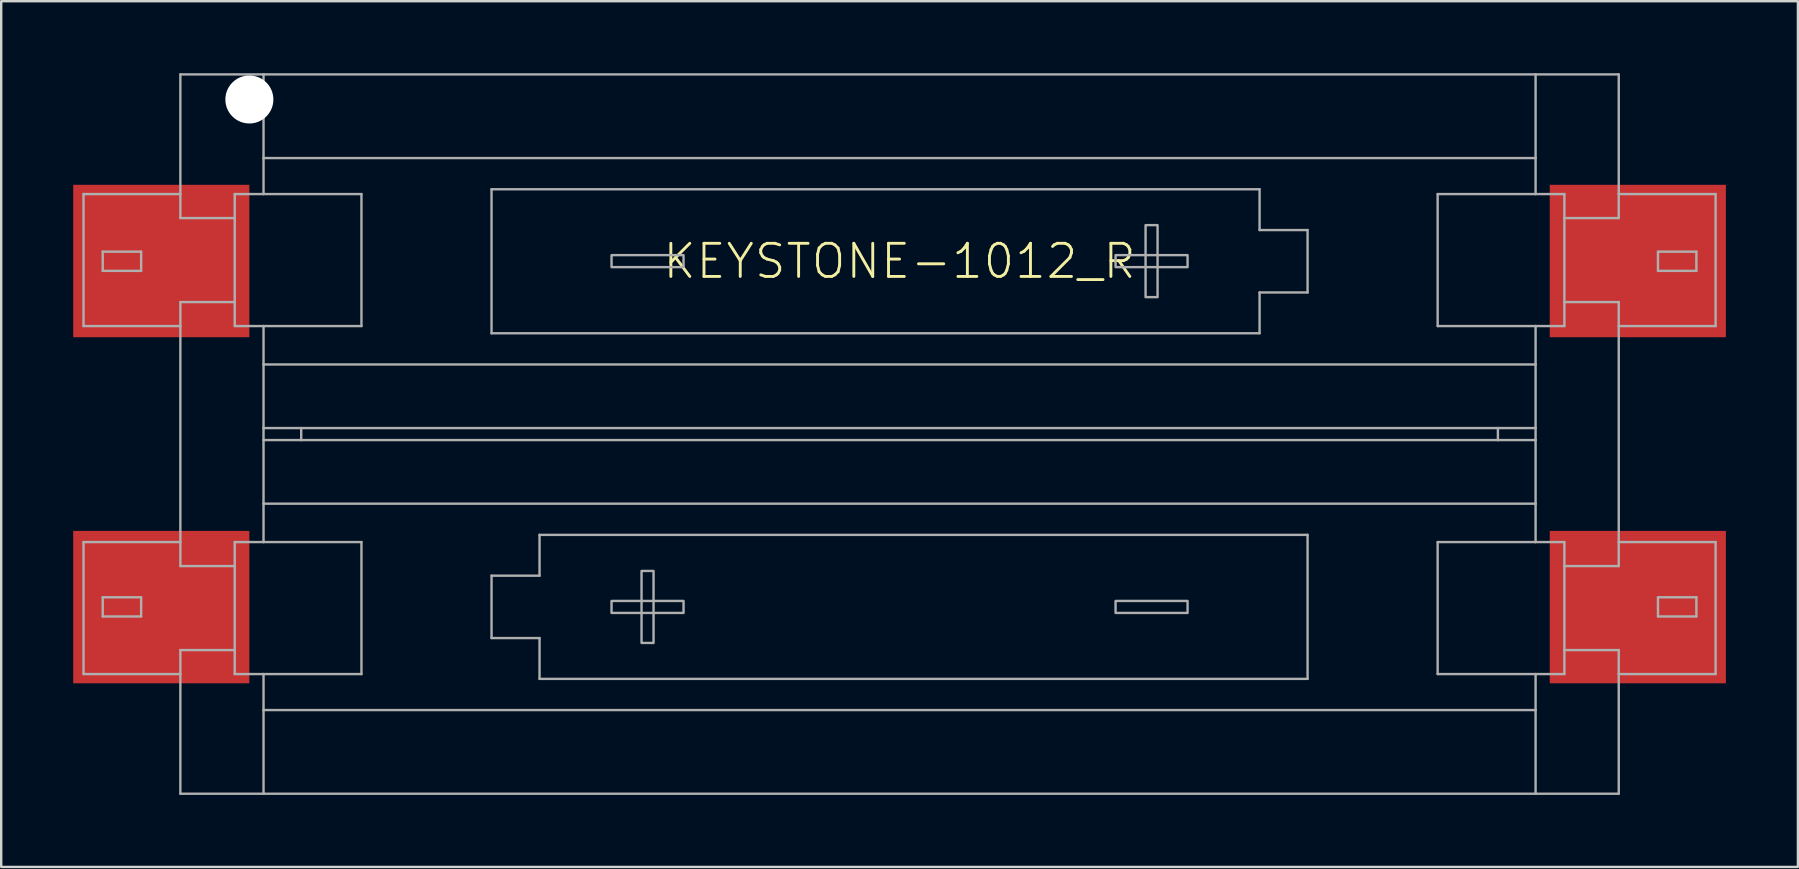
<source format=kicad_pcb>
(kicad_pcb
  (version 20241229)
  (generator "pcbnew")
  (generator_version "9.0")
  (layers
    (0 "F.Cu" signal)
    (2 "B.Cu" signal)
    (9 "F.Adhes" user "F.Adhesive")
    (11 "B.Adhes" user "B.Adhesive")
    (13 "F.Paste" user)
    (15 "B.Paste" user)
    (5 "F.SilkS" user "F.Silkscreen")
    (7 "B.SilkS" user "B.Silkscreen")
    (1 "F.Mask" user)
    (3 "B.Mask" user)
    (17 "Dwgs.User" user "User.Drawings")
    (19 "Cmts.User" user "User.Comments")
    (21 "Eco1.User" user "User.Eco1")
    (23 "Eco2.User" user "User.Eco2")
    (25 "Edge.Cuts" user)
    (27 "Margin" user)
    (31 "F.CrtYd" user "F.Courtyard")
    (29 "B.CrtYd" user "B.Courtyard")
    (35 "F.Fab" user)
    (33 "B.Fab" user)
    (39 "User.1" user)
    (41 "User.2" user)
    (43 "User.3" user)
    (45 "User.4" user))
  (footprint "KEYSTONE-1012_R"
    (layer "F.Cu")
    (at 34.43 15.035)
    (property "Reference" "KEYSTONE-1012_R" (at 0 -7.2 0) (unlocked yes) (layer "F.SilkS") (effects (font (size 1.38 1.38) (thickness 0.12))))
    (fp_line (start -34 -10) (end -34 -4.5) (stroke (width 0.1) (type solid)) (layer "F.Fab"))
    (fp_line (start -34 -4.5) (end -29.965 -4.5) (stroke (width 0.1) (type solid)) (layer "F.Fab"))
    (fp_line (start -34 4.5) (end -34 10) (stroke (width 0.1) (type solid)) (layer "F.Fab"))
    (fp_line (start -34 4.5) (end -29.965 4.5) (stroke (width 0.1) (type solid)) (layer "F.Fab"))
    (fp_line (start -34 10) (end -29.965 10) (stroke (width 0.1) (type solid)) (layer "F.Fab"))
    (fp_line (start -33.2 -7.6) (end -31.6 -7.6) (stroke (width 0.1) (type solid)) (layer "F.Fab"))
    (fp_line (start -33.2 -6.8) (end -33.2 -7.6) (stroke (width 0.1) (type solid)) (layer "F.Fab"))
    (fp_line (start -33.2 6.8) (end -31.6 6.8) (stroke (width 0.1) (type solid)) (layer "F.Fab"))
    (fp_line (start -33.2 7.6) (end -33.2 6.8) (stroke (width 0.1) (type solid)) (layer "F.Fab"))
    (fp_line (start -31.6 -7.6) (end -31.6 -6.8) (stroke (width 0.1) (type solid)) (layer "F.Fab"))
    (fp_line (start -31.6 -6.8) (end -33.2 -6.8) (stroke (width 0.1) (type solid)) (layer "F.Fab"))
    (fp_line (start -31.6 6.8) (end -31.6 7.6) (stroke (width 0.1) (type solid)) (layer "F.Fab"))
    (fp_line (start -31.6 7.6) (end -33.2 7.6) (stroke (width 0.1) (type solid)) (layer "F.Fab"))
    (fp_line (start -29.965 -14.985) (end -26.5 -14.985) (stroke (width 0.1) (type solid)) (layer "F.Fab"))
    (fp_line (start -29.965 -10) (end -34 -10) (stroke (width 0.1) (type solid)) (layer "F.Fab"))
    (fp_line (start -29.965 -10) (end -29.965 -14.985) (stroke (width 0.1) (type solid)) (layer "F.Fab"))
    (fp_line (start -29.965 -10) (end -29.965 -9) (stroke (width 0.1) (type solid)) (layer "F.Fab"))
    (fp_line (start -29.965 -9) (end -27.7 -9) (stroke (width 0.1) (type solid)) (layer "F.Fab"))
    (fp_line (start -29.965 -5.5) (end -29.965 -4.5) (stroke (width 0.1) (type solid)) (layer "F.Fab"))
    (fp_line (start -29.965 -5.5) (end -27.7 -5.5) (stroke (width 0.1) (type solid)) (layer "F.Fab"))
    (fp_line (start -29.965 4.5) (end -29.965 -4.5) (stroke (width 0.1) (type solid)) (layer "F.Fab"))
    (fp_line (start -29.965 4.5) (end -29.965 5.5) (stroke (width 0.1) (type solid)) (layer "F.Fab"))
    (fp_line (start -29.965 5.5) (end -27.7 5.5) (stroke (width 0.1) (type solid)) (layer "F.Fab"))
    (fp_line (start -29.965 9) (end -27.7 9) (stroke (width 0.1) (type solid)) (layer "F.Fab"))
    (fp_line (start -29.965 10) (end -29.965 9) (stroke (width 0.1) (type solid)) (layer "F.Fab"))
    (fp_line (start -29.965 10) (end -29.965 14.985) (stroke (width 0.1) (type solid)) (layer "F.Fab"))
    (fp_line (start -27.7 -9) (end -27.7 -10) (stroke (width 0.1) (type solid)) (layer "F.Fab"))
    (fp_line (start -27.7 -9) (end -27.7 -5.5) (stroke (width 0.1) (type solid)) (layer "F.Fab"))
    (fp_line (start -27.7 -5.5) (end -27.7 -4.5) (stroke (width 0.1) (type solid)) (layer "F.Fab"))
    (fp_line (start -27.7 -4.5) (end -26.5 -4.5) (stroke (width 0.1) (type solid)) (layer "F.Fab"))
    (fp_line (start -27.7 5.5) (end -27.7 4.5) (stroke (width 0.1) (type solid)) (layer "F.Fab"))
    (fp_line (start -27.7 5.5) (end -27.7 9) (stroke (width 0.1) (type solid)) (layer "F.Fab"))
    (fp_line (start -27.7 9) (end -27.7 10) (stroke (width 0.1) (type solid)) (layer "F.Fab"))
    (fp_line (start -27.7 10) (end -26.5 10) (stroke (width 0.1) (type solid)) (layer "F.Fab"))
    (fp_line (start -26.5 -14.985) (end 26.5 -14.985) (stroke (width 0.1) (type solid)) (layer "F.Fab"))
    (fp_line (start -26.5 -11.5) (end -26.5 -14.985) (stroke (width 0.1) (type solid)) (layer "F.Fab"))
    (fp_line (start -26.5 -11.5) (end -26.5 -10) (stroke (width 0.1) (type solid)) (layer "F.Fab"))
    (fp_line (start -26.5 -11.5) (end 26.5 -11.5) (stroke (width 0.1) (type solid)) (layer "F.Fab"))
    (fp_line (start -26.5 -10) (end -27.7 -10) (stroke (width 0.1) (type solid)) (layer "F.Fab"))
    (fp_line (start -26.5 -4.5) (end -22.42 -4.5) (stroke (width 0.1) (type solid)) (layer "F.Fab"))
    (fp_line (start -26.5 -2.9) (end -26.5 -4.5) (stroke (width 0.1) (type solid)) (layer "F.Fab"))
    (fp_line (start -26.5 -2.9) (end 26.5 -2.9) (stroke (width 0.1) (type solid)) (layer "F.Fab"))
    (fp_line (start -26.5 -0.25) (end -26.5 -2.9) (stroke (width 0.1) (type solid)) (layer "F.Fab"))
    (fp_line (start -26.5 -0.25) (end -24.93 -0.25) (stroke (width 0.1) (type solid)) (layer "F.Fab"))
    (fp_line (start -26.5 0.25) (end -26.5 -0.25) (stroke (width 0.1) (type solid)) (layer "F.Fab"))
    (fp_line (start -26.5 2.9) (end -26.5 0.25) (stroke (width 0.1) (type solid)) (layer "F.Fab"))
    (fp_line (start -26.5 2.9) (end -26.5 4.5) (stroke (width 0.1) (type solid)) (layer "F.Fab"))
    (fp_line (start -26.5 4.5) (end -27.7 4.5) (stroke (width 0.1) (type solid)) (layer "F.Fab"))
    (fp_line (start -26.5 10) (end -22.42 10) (stroke (width 0.1) (type solid)) (layer "F.Fab"))
    (fp_line (start -26.5 11.5) (end -26.5 10) (stroke (width 0.1) (type solid)) (layer "F.Fab"))
    (fp_line (start -26.5 11.5) (end -26.5 14.985) (stroke (width 0.1) (type solid)) (layer "F.Fab"))
    (fp_line (start -26.5 14.985) (end -29.965 14.985) (stroke (width 0.1) (type solid)) (layer "F.Fab"))
    (fp_line (start -24.93 -0.25) (end -24.93 0.25) (stroke (width 0.1) (type solid)) (layer "F.Fab"))
    (fp_line (start -24.93 -0.25) (end 24.93 -0.25) (stroke (width 0.1) (type solid)) (layer "F.Fab"))
    (fp_line (start -24.93 0.25) (end -26.5 0.25) (stroke (width 0.1) (type solid)) (layer "F.Fab"))
    (fp_line (start -22.42 -10) (end -26.5 -10) (stroke (width 0.1) (type solid)) (layer "F.Fab"))
    (fp_line (start -22.42 -4.5) (end -22.42 -10) (stroke (width 0.1) (type solid)) (layer "F.Fab"))
    (fp_line (start -22.42 4.5) (end -26.5 4.5) (stroke (width 0.1) (type solid)) (layer "F.Fab"))
    (fp_line (start -22.42 10) (end -22.42 4.5) (stroke (width 0.1) (type solid)) (layer "F.Fab"))
    (fp_line (start -17 -10.2) (end -17 -4.2) (stroke (width 0.1) (type solid)) (layer "F.Fab"))
    (fp_line (start -17 -10.2) (end 15 -10.2) (stroke (width 0.1) (type solid)) (layer "F.Fab"))
    (fp_line (start -17 -4.2) (end 15 -4.2) (stroke (width 0.1) (type solid)) (layer "F.Fab"))
    (fp_line (start -17 5.9) (end -17 8.5) (stroke (width 0.1) (type solid)) (layer "F.Fab"))
    (fp_line (start -17 8.5) (end -15 8.5) (stroke (width 0.1) (type solid)) (layer "F.Fab"))
    (fp_line (start -15 4.2) (end -15 5.9) (stroke (width 0.1) (type solid)) (layer "F.Fab"))
    (fp_line (start -15 5.9) (end -17 5.9) (stroke (width 0.1) (type solid)) (layer "F.Fab"))
    (fp_line (start -15 10.2) (end -15 8.5) (stroke (width 0.1) (type solid)) (layer "F.Fab"))
    (fp_line (start 15 -10.2) (end 15 -8.5) (stroke (width 0.1) (type solid)) (layer "F.Fab"))
    (fp_line (start 15 -5.9) (end 17 -5.9) (stroke (width 0.1) (type solid)) (layer "F.Fab"))
    (fp_line (start 15 -4.2) (end 15 -5.9) (stroke (width 0.1) (type solid)) (layer "F.Fab"))
    (fp_line (start 17 -8.5) (end 15 -8.5) (stroke (width 0.1) (type solid)) (layer "F.Fab"))
    (fp_line (start 17 -5.9) (end 17 -8.5) (stroke (width 0.1) (type solid)) (layer "F.Fab"))
    (fp_line (start 17 4.2) (end -15 4.2) (stroke (width 0.1) (type solid)) (layer "F.Fab"))
    (fp_line (start 17 10.2) (end -15 10.2) (stroke (width 0.1) (type solid)) (layer "F.Fab"))
    (fp_line (start 17 10.2) (end 17 4.2) (stroke (width 0.1) (type solid)) (layer "F.Fab"))
    (fp_line (start 22.42 -10) (end 22.42 -4.5) (stroke (width 0.1) (type solid)) (layer "F.Fab"))
    (fp_line (start 22.42 -4.5) (end 26.5 -4.5) (stroke (width 0.1) (type solid)) (layer "F.Fab"))
    (fp_line (start 22.42 4.5) (end 22.42 10) (stroke (width 0.1) (type solid)) (layer "F.Fab"))
    (fp_line (start 22.42 10) (end 26.5 10) (stroke (width 0.1) (type solid)) (layer "F.Fab"))
    (fp_line (start 24.93 -0.25) (end 24.93 0.25) (stroke (width 0.1) (type solid)) (layer "F.Fab"))
    (fp_line (start 24.93 -0.25) (end 26.5 -0.25) (stroke (width 0.1) (type solid)) (layer "F.Fab"))
    (fp_line (start 24.93 0.25) (end -24.93 0.25) (stroke (width 0.1) (type solid)) (layer "F.Fab"))
    (fp_line (start 26.5 -14.985) (end 26.5 -11.5) (stroke (width 0.1) (type solid)) (layer "F.Fab"))
    (fp_line (start 26.5 -14.985) (end 29.965 -14.985) (stroke (width 0.1) (type solid)) (layer "F.Fab"))
    (fp_line (start 26.5 -11.5) (end 26.5 -10) (stroke (width 0.1) (type solid)) (layer "F.Fab"))
    (fp_line (start 26.5 -10) (end 22.42 -10) (stroke (width 0.1) (type solid)) (layer "F.Fab"))
    (fp_line (start 26.5 -4.5) (end 27.7 -4.5) (stroke (width 0.1) (type solid)) (layer "F.Fab"))
    (fp_line (start 26.5 -2.9) (end 26.5 -4.5) (stroke (width 0.1) (type solid)) (layer "F.Fab"))
    (fp_line (start 26.5 -2.9) (end 26.5 -0.25) (stroke (width 0.1) (type solid)) (layer "F.Fab"))
    (fp_line (start 26.5 -0.25) (end 26.5 0.25) (stroke (width 0.1) (type solid)) (layer "F.Fab"))
    (fp_line (start 26.5 0.25) (end 24.93 0.25) (stroke (width 0.1) (type solid)) (layer "F.Fab"))
    (fp_line (start 26.5 0.25) (end 26.5 2.9) (stroke (width 0.1) (type solid)) (layer "F.Fab"))
    (fp_line (start 26.5 2.9) (end -26.5 2.9) (stroke (width 0.1) (type solid)) (layer "F.Fab"))
    (fp_line (start 26.5 2.9) (end 26.5 4.5) (stroke (width 0.1) (type solid)) (layer "F.Fab"))
    (fp_line (start 26.5 4.5) (end 22.42 4.5) (stroke (width 0.1) (type solid)) (layer "F.Fab"))
    (fp_line (start 26.5 10) (end 27.7 10) (stroke (width 0.1) (type solid)) (layer "F.Fab"))
    (fp_line (start 26.5 11.5) (end -26.5 11.5) (stroke (width 0.1) (type solid)) (layer "F.Fab"))
    (fp_line (start 26.5 11.5) (end 26.5 10) (stroke (width 0.1) (type solid)) (layer "F.Fab"))
    (fp_line (start 26.5 11.5) (end 26.5 14.985) (stroke (width 0.1) (type solid)) (layer "F.Fab"))
    (fp_line (start 26.5 14.985) (end -26.5 14.985) (stroke (width 0.1) (type solid)) (layer "F.Fab"))
    (fp_line (start 26.5 14.985) (end 29.965 14.985) (stroke (width 0.1) (type solid)) (layer "F.Fab"))
    (fp_line (start 27.7 -10) (end 26.5 -10) (stroke (width 0.1) (type solid)) (layer "F.Fab"))
    (fp_line (start 27.7 -9) (end 27.7 -10) (stroke (width 0.1) (type solid)) (layer "F.Fab"))
    (fp_line (start 27.7 -9) (end 27.7 -5.5) (stroke (width 0.1) (type solid)) (layer "F.Fab"))
    (fp_line (start 27.7 -5.5) (end 27.7 -4.5) (stroke (width 0.1) (type solid)) (layer "F.Fab"))
    (fp_line (start 27.7 4.5) (end 26.5 4.5) (stroke (width 0.1) (type solid)) (layer "F.Fab"))
    (fp_line (start 27.7 5.5) (end 27.7 4.5) (stroke (width 0.1) (type solid)) (layer "F.Fab"))
    (fp_line (start 27.7 9) (end 27.7 5.5) (stroke (width 0.1) (type solid)) (layer "F.Fab"))
    (fp_line (start 27.7 9) (end 27.7 10) (stroke (width 0.1) (type solid)) (layer "F.Fab"))
    (fp_line (start 29.965 -14.985) (end 29.965 -10) (stroke (width 0.1) (type solid)) (layer "F.Fab"))
    (fp_line (start 29.965 -10) (end 29.965 -9) (stroke (width 0.1) (type solid)) (layer "F.Fab"))
    (fp_line (start 29.965 -9) (end 27.7 -9) (stroke (width 0.1) (type solid)) (layer "F.Fab"))
    (fp_line (start 29.965 -5.5) (end 27.7 -5.5) (stroke (width 0.1) (type solid)) (layer "F.Fab"))
    (fp_line (start 29.965 -4.5) (end 29.965 -5.5) (stroke (width 0.1) (type solid)) (layer "F.Fab"))
    (fp_line (start 29.965 -4.5) (end 34 -4.5) (stroke (width 0.1) (type solid)) (layer "F.Fab"))
    (fp_line (start 29.965 4.5) (end 29.965 -4.5) (stroke (width 0.1) (type solid)) (layer "F.Fab"))
    (fp_line (start 29.965 5.5) (end 27.7 5.5) (stroke (width 0.1) (type solid)) (layer "F.Fab"))
    (fp_line (start 29.965 5.5) (end 29.965 4.5) (stroke (width 0.1) (type solid)) (layer "F.Fab"))
    (fp_line (start 29.965 9) (end 27.7 9) (stroke (width 0.1) (type solid)) (layer "F.Fab"))
    (fp_line (start 29.965 10) (end 29.965 9) (stroke (width 0.1) (type solid)) (layer "F.Fab"))
    (fp_line (start 29.965 10) (end 34 10) (stroke (width 0.1) (type solid)) (layer "F.Fab"))
    (fp_line (start 29.965 14.985) (end 29.965 10) (stroke (width 0.1) (type solid)) (layer "F.Fab"))
    (fp_line (start 31.6 -7.6) (end 33.2 -7.6) (stroke (width 0.1) (type solid)) (layer "F.Fab"))
    (fp_line (start 31.6 -6.8) (end 31.6 -7.6) (stroke (width 0.1) (type solid)) (layer "F.Fab"))
    (fp_line (start 31.6 6.8) (end 33.2 6.8) (stroke (width 0.1) (type solid)) (layer "F.Fab"))
    (fp_line (start 31.6 7.6) (end 31.6 6.8) (stroke (width 0.1) (type solid)) (layer "F.Fab"))
    (fp_line (start 33.2 -7.6) (end 33.2 -6.8) (stroke (width 0.1) (type solid)) (layer "F.Fab"))
    (fp_line (start 33.2 -6.8) (end 31.6 -6.8) (stroke (width 0.1) (type solid)) (layer "F.Fab"))
    (fp_line (start 33.2 6.8) (end 33.2 7.6) (stroke (width 0.1) (type solid)) (layer "F.Fab"))
    (fp_line (start 33.2 7.6) (end 31.6 7.6) (stroke (width 0.1) (type solid)) (layer "F.Fab"))
    (fp_line (start 34 -10) (end 29.965 -10) (stroke (width 0.1) (type solid)) (layer "F.Fab"))
    (fp_line (start 34 -4.5) (end 34 -10) (stroke (width 0.1) (type solid)) (layer "F.Fab"))
    (fp_line (start 34 4.5) (end 29.965 4.5) (stroke (width 0.1) (type solid)) (layer "F.Fab"))
    (fp_line (start 34 10) (end 34 4.5) (stroke (width 0.1) (type solid)) (layer "F.Fab"))
    (fp_poly (pts (xy -12 7.454) (xy -9 7.454) (xy -9 6.954) (xy -12 6.954)) (stroke (width 0.1) (type default)) (fill no) (layer "F.Fab"))
    (fp_poly (pts (xy -10.75 8.704) (xy -10.25 8.704) (xy -10.25 5.704) (xy -10.75 5.704)) (stroke (width 0.1) (type default)) (fill no) (layer "F.Fab"))
    (fp_poly (pts (xy -9 -7.454) (xy -12 -7.454) (xy -12 -6.954) (xy -9 -6.954)) (stroke (width 0.1) (type default)) (fill no) (layer "F.Fab"))
    (fp_poly (pts (xy 9 7.454) (xy 12 7.454) (xy 12 6.954) (xy 9 6.954)) (stroke (width 0.1) (type default)) (fill no) (layer "F.Fab"))
    (fp_poly (pts (xy 10.75 -8.704) (xy 10.25 -8.704) (xy 10.25 -5.704) (xy 10.75 -5.704)) (stroke (width 0.1) (type default)) (fill no) (layer "F.Fab"))
    (fp_poly (pts (xy 12 -7.454) (xy 9 -7.454) (xy 9 -6.954) (xy 12 -6.954)) (stroke (width 0.1) (type default)) (fill no) (layer "F.Fab"))
    (pad "" np_thru_hole circle (at -27.09 -13.94) (size 2 2) (drill 2) (layers "*.Cu" "*.Mask"))
    (pad "M1" smd rect (at -30.76 -7.21 270) (size 6.35 7.34) (layers "F.Cu" "F.Mask" "F.Paste"))
    (pad "M2" smd rect (at 30.76 7.21 270) (size 6.35 7.34) (layers "F.Cu" "F.Mask" "F.Paste"))
    (pad "P1" smd rect (at 30.76 -7.21 270) (size 6.35 7.34) (layers "F.Cu" "F.Mask" "F.Paste"))
    (pad "P2" smd rect (at -30.76 7.21 270) (size 6.35 7.34) (layers "F.Cu" "F.Mask" "F.Paste")))
  (gr_rect
    (start -3 -3)
    (end 71.86 33.07)
    (stroke (width 0.1) (type default))
    (fill no)
    (layer "Edge.Cuts")))
</source>
